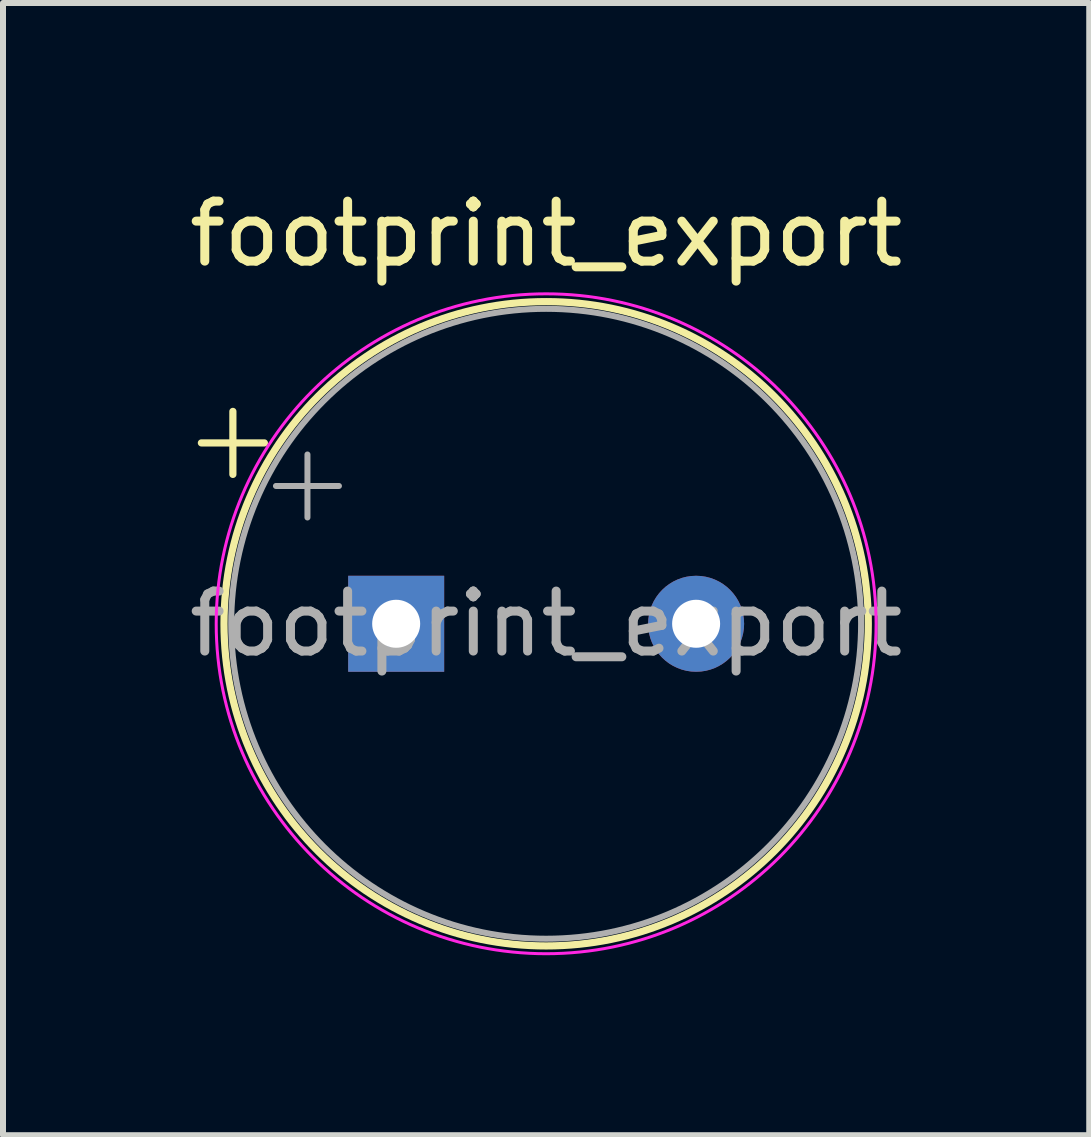
<source format=kicad_pcb>
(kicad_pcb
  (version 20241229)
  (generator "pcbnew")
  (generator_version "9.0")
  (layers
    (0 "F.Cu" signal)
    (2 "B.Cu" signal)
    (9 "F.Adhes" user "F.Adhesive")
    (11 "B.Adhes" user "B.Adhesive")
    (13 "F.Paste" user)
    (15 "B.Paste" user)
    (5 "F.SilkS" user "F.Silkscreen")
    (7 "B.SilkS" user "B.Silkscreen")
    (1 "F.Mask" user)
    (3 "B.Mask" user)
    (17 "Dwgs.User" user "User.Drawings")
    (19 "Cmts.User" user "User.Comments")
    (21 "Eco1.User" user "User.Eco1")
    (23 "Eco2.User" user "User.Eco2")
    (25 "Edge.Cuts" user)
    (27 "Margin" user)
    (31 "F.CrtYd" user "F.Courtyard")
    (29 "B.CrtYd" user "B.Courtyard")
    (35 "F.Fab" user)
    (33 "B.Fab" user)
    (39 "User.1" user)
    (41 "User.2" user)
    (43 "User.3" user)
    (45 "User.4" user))
  (footprint "footprint_export"
    (layer "F.Cu")
    (at 3.554 7.348)
    (property "Reference" "footprint_export" (at 2.5 -6.5 0) (layer "F.SilkS") (effects (font (size 1 1) (thickness 0.15))))
    (attr through_hole)
    (fp_line (start -3.247 -3.015) (end -2.197 -3.015) (stroke (width 0.12) (type solid)) (layer "F.SilkS"))
    (fp_line (start -2.722 -3.54) (end -2.722 -2.49) (stroke (width 0.12) (type solid)) (layer "F.SilkS"))
    (fp_circle (center 2.5 0) (end 7.87 0) (stroke (width 0.12) (type solid)) (fill no) (layer "F.SilkS"))
    (fp_circle (center 2.5 0) (end 8 0) (stroke (width 0.05) (type solid)) (fill no) (layer "F.CrtYd"))
    (fp_line (start -2.004 -2.297) (end -0.954 -2.297) (stroke (width 0.1) (type solid)) (layer "F.Fab"))
    (fp_line (start -1.479 -2.822) (end -1.479 -1.772) (stroke (width 0.1) (type solid)) (layer "F.Fab"))
    (fp_circle (center 2.5 0) (end 7.75 0) (stroke (width 0.1) (type solid)) (fill no) (layer "F.Fab"))
    (fp_text user "${REFERENCE}" (at 2.5 0 0) (layer "F.Fab") (effects (font (size 1 1) (thickness 0.15))))
    (pad "1" thru_hole rect (at 0 0) (size 1.6 1.6) (drill 0.8) (layers "*.Cu" "*.Mask"))
    (pad "2" thru_hole circle (at 5 0) (size 1.6 1.6) (drill 0.8) (layers "*.Cu" "*.Mask")))
  (gr_rect
    (start -3 -3)
    (end 15.107 15.873)
    (stroke (width 0.1) (type default))
    (fill no)
    (layer "Edge.Cuts")))
</source>
